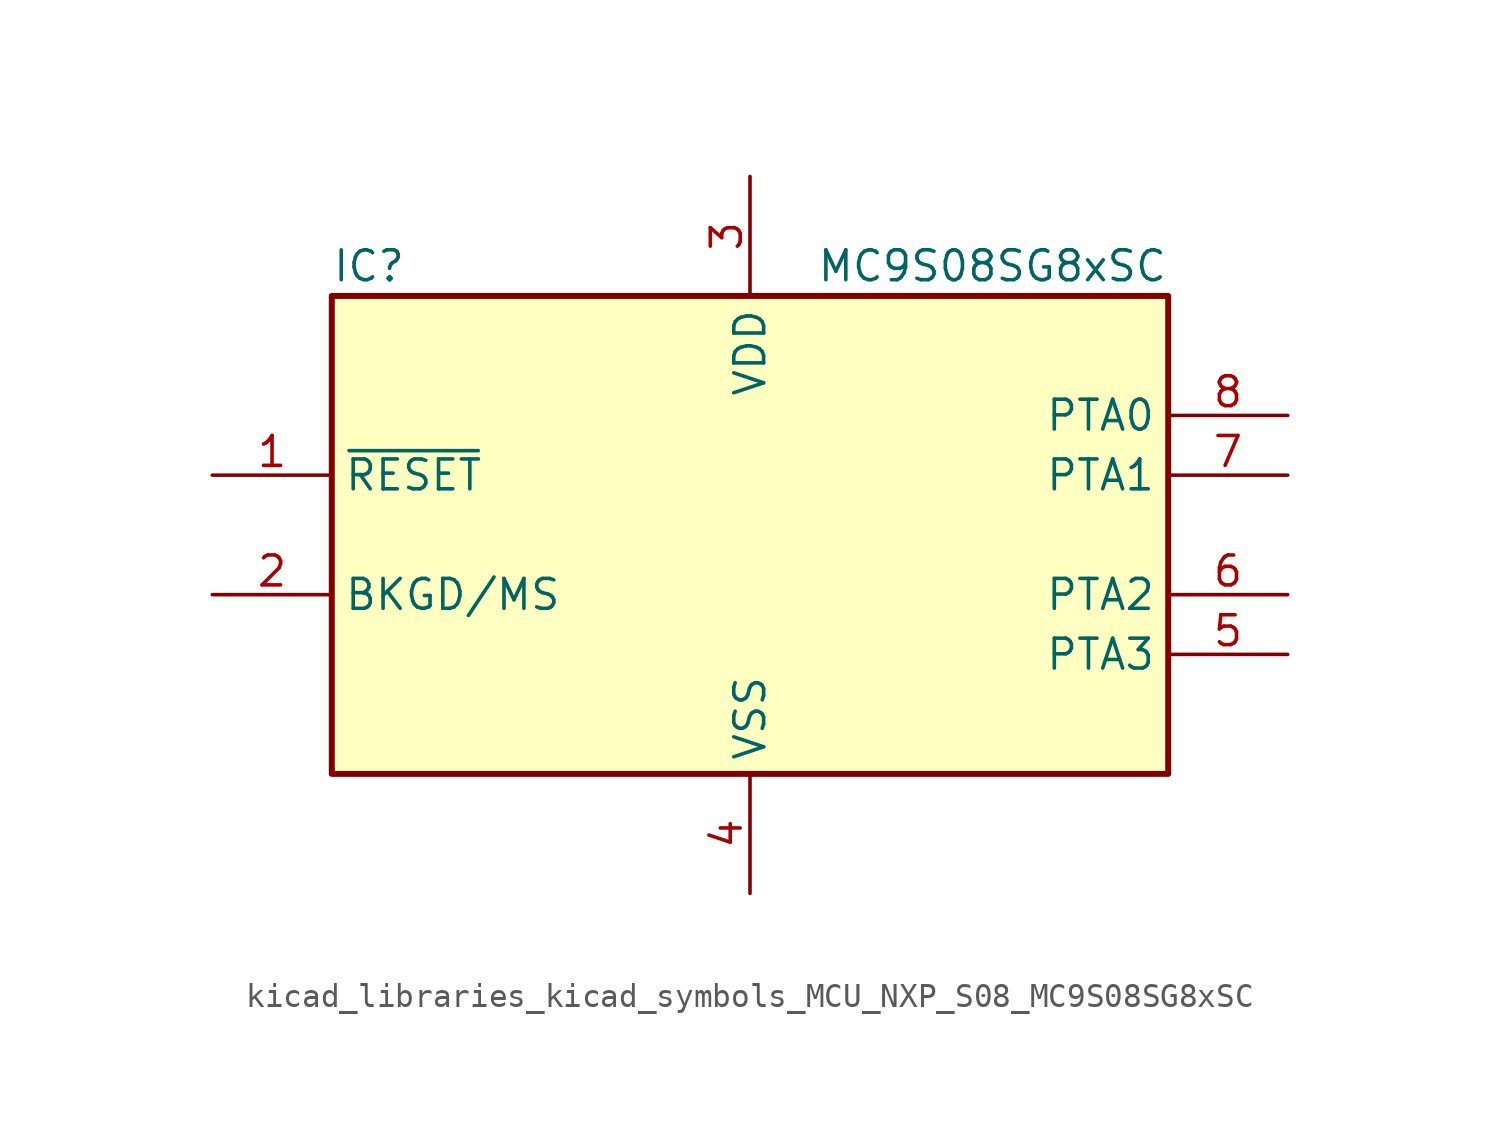
<source format=kicad_sym>
(kicad_symbol_lib
  (version 20220914)
  (generator kicad_symbol_editor)
  (symbol "kicad_libraries_kicad_symbols_MCU_NXP_S08_MC9S08SG8xSC"
    (property "Reference" "IC"
      (at -17.78 11.43 0)
      (effects (font (size 1.27 1.27)) (justify left)))
    (property "Value" "MC9S08SG8xSC"
      (at 17.78 11.43 0)
      (effects (font (size 1.27 1.27)) (justify right)))
    (symbol "kicad_libraries_kicad_symbols_MCU_NXP_S08_MC9S08SG8xSC_0_1"
      (rectangle (start -17.78 10.16) (end 17.78 -10.16) (stroke (width 0.254) (type default)) (fill (type background))))
    (symbol "kicad_libraries_kicad_symbols_MCU_NXP_S08_MC9S08SG8xSC_1_1"
      (pin input line (at -22.86 2.54 0) (length 5.08) (name "~{RESET}" (effects (font (size 1.27 1.27)))) (number "1" (effects (font (size 1.27 1.27)))))
      (pin bidirectional line (at -22.86 -2.54 0) (length 5.08) (name "BKGD/MS" (effects (font (size 1.27 1.27)))) (number "2" (effects (font (size 1.27 1.27)))))
      (pin power_in line (at 0 15.24 270) (length 5.08) (name "VDD" (effects (font (size 1.27 1.27)))) (number "3" (effects (font (size 1.27 1.27)))))
      (pin power_in line (at 0 -15.24 90) (length 5.08) (name "VSS" (effects (font (size 1.27 1.27)))) (number "4" (effects (font (size 1.27 1.27)))))
      (pin bidirectional line (at 22.86 -5.08 180) (length 5.08) (name "PTA3" (effects (font (size 1.27 1.27)))) (number "5" (effects (font (size 1.27 1.27)))))
      (pin bidirectional line (at 22.86 -2.54 180) (length 5.08) (name "PTA2" (effects (font (size 1.27 1.27)))) (number "6" (effects (font (size 1.27 1.27)))))
      (pin bidirectional line (at 22.86 2.54 180) (length 5.08) (name "PTA1" (effects (font (size 1.27 1.27)))) (number "7" (effects (font (size 1.27 1.27)))))
      (pin bidirectional line (at 22.86 5.08 180) (length 5.08) (name "PTA0" (effects (font (size 1.27 1.27)))) (number "8" (effects (font (size 1.27 1.27))))))))
</source>
